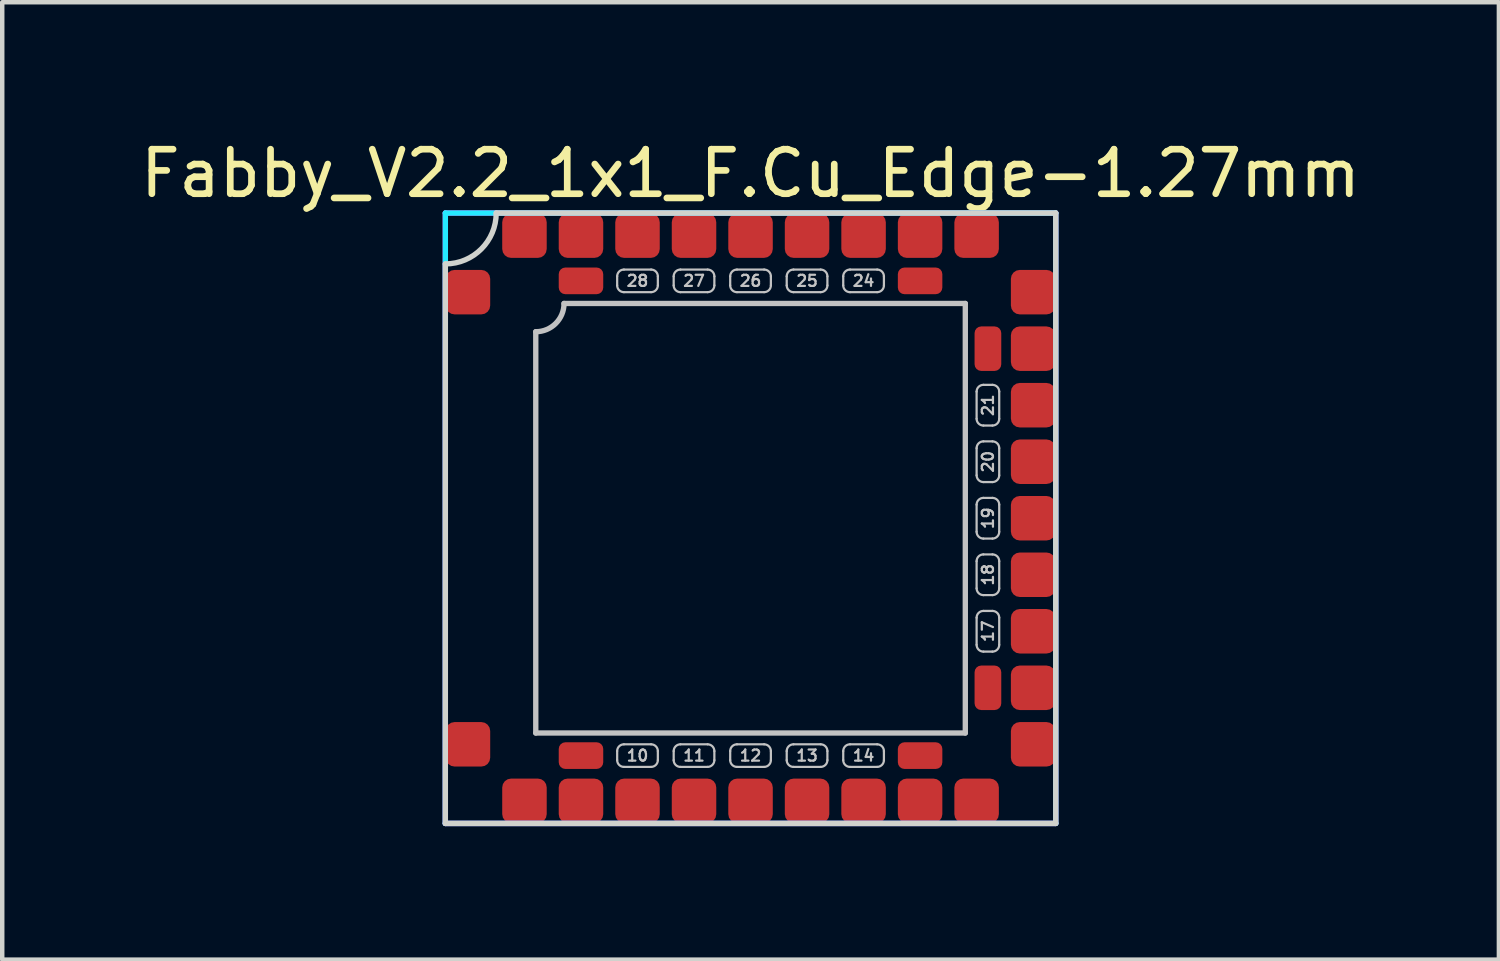
<source format=kicad_pcb>
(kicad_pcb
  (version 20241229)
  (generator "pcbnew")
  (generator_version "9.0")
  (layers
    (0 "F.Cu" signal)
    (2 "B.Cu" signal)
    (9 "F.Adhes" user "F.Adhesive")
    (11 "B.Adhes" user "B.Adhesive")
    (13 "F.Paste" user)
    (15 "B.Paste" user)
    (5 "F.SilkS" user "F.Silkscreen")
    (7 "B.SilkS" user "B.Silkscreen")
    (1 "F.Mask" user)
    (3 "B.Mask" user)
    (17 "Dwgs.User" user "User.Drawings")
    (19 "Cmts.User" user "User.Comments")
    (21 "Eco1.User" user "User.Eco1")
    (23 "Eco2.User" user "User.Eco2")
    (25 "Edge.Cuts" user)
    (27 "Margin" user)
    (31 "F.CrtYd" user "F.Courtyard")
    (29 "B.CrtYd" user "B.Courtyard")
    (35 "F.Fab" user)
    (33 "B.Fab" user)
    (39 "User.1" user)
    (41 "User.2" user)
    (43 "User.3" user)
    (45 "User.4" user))
  (footprint "Fabby_V2.2_1x1_F.Cu_Edge-1.27mm"
    (layer "F.Cu")
    (at 13.815 8.595)
    (property "Reference" "Fabby_V2.2_1x1_F.Cu_Edge-1.27mm" (at 0 -7.747 0) (layer "F.SilkS") (effects (font (size 1 1) (thickness 0.15))))
    (attr through_hole)
    (fp_line (start -4.826 4.826) (end -4.826 -4.191) (stroke (width 0.12) (type solid)) (layer "Dwgs.User"))
    (fp_line (start -4.191 -4.826) (end 4.826 -4.826) (stroke (width 0.12) (type solid)) (layer "Dwgs.User"))
    (fp_line (start -2.997 -5.436) (end -2.997 -5.232) (stroke (width 0.05) (type solid)) (layer "Dwgs.User"))
    (fp_line (start -2.997 5.232) (end -2.997 5.436) (stroke (width 0.05) (type solid)) (layer "Dwgs.User"))
    (fp_line (start -2.845 -5.588) (end -2.235 -5.588) (stroke (width 0.05) (type solid)) (layer "Dwgs.User"))
    (fp_line (start -2.845 -5.08) (end -2.235 -5.08) (stroke (width 0.05) (type solid)) (layer "Dwgs.User"))
    (fp_line (start -2.845 5.08) (end -2.235 5.08) (stroke (width 0.05) (type solid)) (layer "Dwgs.User"))
    (fp_line (start -2.845 5.588) (end -2.235 5.588) (stroke (width 0.05) (type solid)) (layer "Dwgs.User"))
    (fp_line (start -2.083 -5.436) (end -2.083 -5.232) (stroke (width 0.05) (type solid)) (layer "Dwgs.User"))
    (fp_line (start -2.083 5.232) (end -2.083 5.436) (stroke (width 0.05) (type solid)) (layer "Dwgs.User"))
    (fp_line (start -1.727 -5.436) (end -1.727 -5.232) (stroke (width 0.05) (type solid)) (layer "Dwgs.User"))
    (fp_line (start -1.727 5.232) (end -1.727 5.436) (stroke (width 0.05) (type solid)) (layer "Dwgs.User"))
    (fp_line (start -1.575 -5.588) (end -0.965 -5.588) (stroke (width 0.05) (type solid)) (layer "Dwgs.User"))
    (fp_line (start -1.575 -5.08) (end -0.965 -5.08) (stroke (width 0.05) (type solid)) (layer "Dwgs.User"))
    (fp_line (start -1.575 5.08) (end -0.965 5.08) (stroke (width 0.05) (type solid)) (layer "Dwgs.User"))
    (fp_line (start -1.575 5.588) (end -0.965 5.588) (stroke (width 0.05) (type solid)) (layer "Dwgs.User"))
    (fp_line (start -0.813 -5.436) (end -0.813 -5.232) (stroke (width 0.05) (type solid)) (layer "Dwgs.User"))
    (fp_line (start -0.813 5.232) (end -0.813 5.436) (stroke (width 0.05) (type solid)) (layer "Dwgs.User"))
    (fp_line (start -0.457 -5.436) (end -0.457 -5.232) (stroke (width 0.05) (type solid)) (layer "Dwgs.User"))
    (fp_line (start -0.457 5.232) (end -0.457 5.436) (stroke (width 0.05) (type solid)) (layer "Dwgs.User"))
    (fp_line (start -0.305 -5.588) (end 0.305 -5.588) (stroke (width 0.05) (type solid)) (layer "Dwgs.User"))
    (fp_line (start -0.305 -5.08) (end 0.305 -5.08) (stroke (width 0.05) (type solid)) (layer "Dwgs.User"))
    (fp_line (start -0.305 5.08) (end 0.305 5.08) (stroke (width 0.05) (type solid)) (layer "Dwgs.User"))
    (fp_line (start -0.305 5.588) (end 0.305 5.588) (stroke (width 0.05) (type solid)) (layer "Dwgs.User"))
    (fp_line (start 0.457 -5.436) (end 0.457 -5.232) (stroke (width 0.05) (type solid)) (layer "Dwgs.User"))
    (fp_line (start 0.457 5.232) (end 0.457 5.436) (stroke (width 0.05) (type solid)) (layer "Dwgs.User"))
    (fp_line (start 0.813 -5.436) (end 0.813 -5.232) (stroke (width 0.05) (type solid)) (layer "Dwgs.User"))
    (fp_line (start 0.813 5.232) (end 0.813 5.436) (stroke (width 0.05) (type solid)) (layer "Dwgs.User"))
    (fp_line (start 0.965 -5.588) (end 1.575 -5.588) (stroke (width 0.05) (type solid)) (layer "Dwgs.User"))
    (fp_line (start 0.965 -5.08) (end 1.575 -5.08) (stroke (width 0.05) (type solid)) (layer "Dwgs.User"))
    (fp_line (start 0.965 5.08) (end 1.575 5.08) (stroke (width 0.05) (type solid)) (layer "Dwgs.User"))
    (fp_line (start 0.965 5.588) (end 1.575 5.588) (stroke (width 0.05) (type solid)) (layer "Dwgs.User"))
    (fp_line (start 1.727 -5.436) (end 1.727 -5.232) (stroke (width 0.05) (type solid)) (layer "Dwgs.User"))
    (fp_line (start 1.727 5.232) (end 1.727 5.436) (stroke (width 0.05) (type solid)) (layer "Dwgs.User"))
    (fp_line (start 2.083 -5.436) (end 2.083 -5.232) (stroke (width 0.05) (type solid)) (layer "Dwgs.User"))
    (fp_line (start 2.083 5.232) (end 2.083 5.436) (stroke (width 0.05) (type solid)) (layer "Dwgs.User"))
    (fp_line (start 2.235 -5.588) (end 2.845 -5.588) (stroke (width 0.05) (type solid)) (layer "Dwgs.User"))
    (fp_line (start 2.235 -5.08) (end 2.845 -5.08) (stroke (width 0.05) (type solid)) (layer "Dwgs.User"))
    (fp_line (start 2.235 5.08) (end 2.845 5.08) (stroke (width 0.05) (type solid)) (layer "Dwgs.User"))
    (fp_line (start 2.235 5.588) (end 2.845 5.588) (stroke (width 0.05) (type solid)) (layer "Dwgs.User"))
    (fp_line (start 2.997 -5.436) (end 2.997 -5.232) (stroke (width 0.05) (type solid)) (layer "Dwgs.User"))
    (fp_line (start 2.997 5.232) (end 2.997 5.436) (stroke (width 0.05) (type solid)) (layer "Dwgs.User"))
    (fp_line (start 4.826 -4.826) (end 4.826 4.826) (stroke (width 0.12) (type solid)) (layer "Dwgs.User"))
    (fp_line (start 4.826 4.826) (end -4.826 4.826) (stroke (width 0.12) (type solid)) (layer "Dwgs.User"))
    (fp_line (start 5.08 -2.235) (end 5.08 -2.845) (stroke (width 0.05) (type solid)) (layer "Dwgs.User"))
    (fp_line (start 5.08 -0.965) (end 5.08 -1.575) (stroke (width 0.05) (type solid)) (layer "Dwgs.User"))
    (fp_line (start 5.08 0.305) (end 5.08 -0.305) (stroke (width 0.05) (type solid)) (layer "Dwgs.User"))
    (fp_line (start 5.08 1.575) (end 5.08 0.965) (stroke (width 0.05) (type solid)) (layer "Dwgs.User"))
    (fp_line (start 5.08 2.845) (end 5.08 2.235) (stroke (width 0.05) (type solid)) (layer "Dwgs.User"))
    (fp_line (start 5.232 -2.997) (end 5.436 -2.997) (stroke (width 0.05) (type solid)) (layer "Dwgs.User"))
    (fp_line (start 5.232 -2.083) (end 5.436 -2.083) (stroke (width 0.05) (type solid)) (layer "Dwgs.User"))
    (fp_line (start 5.232 -1.727) (end 5.436 -1.727) (stroke (width 0.05) (type solid)) (layer "Dwgs.User"))
    (fp_line (start 5.232 -0.813) (end 5.436 -0.813) (stroke (width 0.05) (type solid)) (layer "Dwgs.User"))
    (fp_line (start 5.232 -0.457) (end 5.436 -0.457) (stroke (width 0.05) (type solid)) (layer "Dwgs.User"))
    (fp_line (start 5.232 0.457) (end 5.436 0.457) (stroke (width 0.05) (type solid)) (layer "Dwgs.User"))
    (fp_line (start 5.232 0.813) (end 5.436 0.813) (stroke (width 0.05) (type solid)) (layer "Dwgs.User"))
    (fp_line (start 5.232 1.727) (end 5.436 1.727) (stroke (width 0.05) (type solid)) (layer "Dwgs.User"))
    (fp_line (start 5.232 2.083) (end 5.436 2.083) (stroke (width 0.05) (type solid)) (layer "Dwgs.User"))
    (fp_line (start 5.232 2.997) (end 5.436 2.997) (stroke (width 0.05) (type solid)) (layer "Dwgs.User"))
    (fp_line (start 5.588 -2.235) (end 5.588 -2.845) (stroke (width 0.05) (type solid)) (layer "Dwgs.User"))
    (fp_line (start 5.588 -0.965) (end 5.588 -1.575) (stroke (width 0.05) (type solid)) (layer "Dwgs.User"))
    (fp_line (start 5.588 0.305) (end 5.588 -0.305) (stroke (width 0.05) (type solid)) (layer "Dwgs.User"))
    (fp_line (start 5.588 1.575) (end 5.588 0.965) (stroke (width 0.05) (type solid)) (layer "Dwgs.User"))
    (fp_line (start 5.588 2.845) (end 5.588 2.235) (stroke (width 0.05) (type solid)) (layer "Dwgs.User"))
    (fp_arc (start -4.191 -4.826) (mid -4.376987 -4.376987) (end -4.826 -4.191) (stroke (width 0.12) (type solid)) (layer "Dwgs.User"))
    (fp_arc (start -2.9972 -5.4356) (mid -2.952563 -5.543363) (end -2.8448 -5.588) (stroke (width 0.05) (type solid)) (layer "Dwgs.User"))
    (fp_arc (start -2.9972 5.2324) (mid -2.952563 5.124637) (end -2.8448 5.08) (stroke (width 0.05) (type solid)) (layer "Dwgs.User"))
    (fp_arc (start -2.8448 -5.08) (mid -2.952563 -5.124637) (end -2.9972 -5.2324) (stroke (width 0.05) (type solid)) (layer "Dwgs.User"))
    (fp_arc (start -2.8448 5.588) (mid -2.952563 5.543363) (end -2.9972 5.4356) (stroke (width 0.05) (type solid)) (layer "Dwgs.User"))
    (fp_arc (start -2.2352 -5.588) (mid -2.127437 -5.543363) (end -2.0828 -5.4356) (stroke (width 0.05) (type solid)) (layer "Dwgs.User"))
    (fp_arc (start -2.2352 5.08) (mid -2.127437 5.124637) (end -2.0828 5.2324) (stroke (width 0.05) (type solid)) (layer "Dwgs.User"))
    (fp_arc (start -2.0828 -5.2324) (mid -2.127437 -5.124637) (end -2.2352 -5.08) (stroke (width 0.05) (type solid)) (layer "Dwgs.User"))
    (fp_arc (start -2.0828 5.4356) (mid -2.127437 5.543363) (end -2.2352 5.588) (stroke (width 0.05) (type solid)) (layer "Dwgs.User"))
    (fp_arc (start -1.7272 -5.4356) (mid -1.682563 -5.543363) (end -1.5748 -5.588) (stroke (width 0.05) (type solid)) (layer "Dwgs.User"))
    (fp_arc (start -1.7272 5.2324) (mid -1.682563 5.124637) (end -1.5748 5.08) (stroke (width 0.05) (type solid)) (layer "Dwgs.User"))
    (fp_arc (start -1.5748 -5.08) (mid -1.682563 -5.124637) (end -1.7272 -5.2324) (stroke (width 0.05) (type solid)) (layer "Dwgs.User"))
    (fp_arc (start -1.5748 5.588) (mid -1.682563 5.543363) (end -1.7272 5.4356) (stroke (width 0.05) (type solid)) (layer "Dwgs.User"))
    (fp_arc (start -0.9652 -5.588) (mid -0.857437 -5.543363) (end -0.8128 -5.4356) (stroke (width 0.05) (type solid)) (layer "Dwgs.User"))
    (fp_arc (start -0.9652 5.08) (mid -0.857437 5.124637) (end -0.8128 5.2324) (stroke (width 0.05) (type solid)) (layer "Dwgs.User"))
    (fp_arc (start -0.8128 -5.2324) (mid -0.857437 -5.124637) (end -0.9652 -5.08) (stroke (width 0.05) (type solid)) (layer "Dwgs.User"))
    (fp_arc (start -0.8128 5.4356) (mid -0.857437 5.543363) (end -0.9652 5.588) (stroke (width 0.05) (type solid)) (layer "Dwgs.User"))
    (fp_arc (start -0.4572 -5.4356) (mid -0.412563 -5.543363) (end -0.3048 -5.588) (stroke (width 0.05) (type solid)) (layer "Dwgs.User"))
    (fp_arc (start -0.4572 5.2324) (mid -0.412563 5.124637) (end -0.3048 5.08) (stroke (width 0.05) (type solid)) (layer "Dwgs.User"))
    (fp_arc (start -0.3048 -5.08) (mid -0.412563 -5.124637) (end -0.4572 -5.2324) (stroke (width 0.05) (type solid)) (layer "Dwgs.User"))
    (fp_arc (start -0.3048 5.588) (mid -0.412563 5.543363) (end -0.4572 5.4356) (stroke (width 0.05) (type solid)) (layer "Dwgs.User"))
    (fp_arc (start 0.3048 -5.588) (mid 0.412563 -5.543363) (end 0.4572 -5.4356) (stroke (width 0.05) (type solid)) (layer "Dwgs.User"))
    (fp_arc (start 0.3048 5.08) (mid 0.412563 5.124637) (end 0.4572 5.2324) (stroke (width 0.05) (type solid)) (layer "Dwgs.User"))
    (fp_arc (start 0.4572 -5.2324) (mid 0.412563 -5.124637) (end 0.3048 -5.08) (stroke (width 0.05) (type solid)) (layer "Dwgs.User"))
    (fp_arc (start 0.4572 5.4356) (mid 0.412563 5.543363) (end 0.3048 5.588) (stroke (width 0.05) (type solid)) (layer "Dwgs.User"))
    (fp_arc (start 0.8128 -5.4356) (mid 0.857437 -5.543363) (end 0.9652 -5.588) (stroke (width 0.05) (type solid)) (layer "Dwgs.User"))
    (fp_arc (start 0.8128 5.2324) (mid 0.857437 5.124637) (end 0.9652 5.08) (stroke (width 0.05) (type solid)) (layer "Dwgs.User"))
    (fp_arc (start 0.9652 -5.08) (mid 0.857437 -5.124637) (end 0.8128 -5.2324) (stroke (width 0.05) (type solid)) (layer "Dwgs.User"))
    (fp_arc (start 0.9652 5.588) (mid 0.857437 5.543363) (end 0.8128 5.4356) (stroke (width 0.05) (type solid)) (layer "Dwgs.User"))
    (fp_arc (start 1.5748 -5.588) (mid 1.682563 -5.543363) (end 1.7272 -5.4356) (stroke (width 0.05) (type solid)) (layer "Dwgs.User"))
    (fp_arc (start 1.5748 5.08) (mid 1.682563 5.124637) (end 1.7272 5.2324) (stroke (width 0.05) (type solid)) (layer "Dwgs.User"))
    (fp_arc (start 1.7272 -5.2324) (mid 1.682563 -5.124637) (end 1.5748 -5.08) (stroke (width 0.05) (type solid)) (layer "Dwgs.User"))
    (fp_arc (start 1.7272 5.4356) (mid 1.682563 5.543363) (end 1.5748 5.588) (stroke (width 0.05) (type solid)) (layer "Dwgs.User"))
    (fp_arc (start 2.0828 -5.4356) (mid 2.127437 -5.543363) (end 2.2352 -5.588) (stroke (width 0.05) (type solid)) (layer "Dwgs.User"))
    (fp_arc (start 2.0828 5.2324) (mid 2.127437 5.124637) (end 2.2352 5.08) (stroke (width 0.05) (type solid)) (layer "Dwgs.User"))
    (fp_arc (start 2.2352 -5.08) (mid 2.127437 -5.124637) (end 2.0828 -5.2324) (stroke (width 0.05) (type solid)) (layer "Dwgs.User"))
    (fp_arc (start 2.2352 5.588) (mid 2.127437 5.543363) (end 2.0828 5.4356) (stroke (width 0.05) (type solid)) (layer "Dwgs.User"))
    (fp_arc (start 2.8448 -5.588) (mid 2.952563 -5.543363) (end 2.9972 -5.4356) (stroke (width 0.05) (type solid)) (layer "Dwgs.User"))
    (fp_arc (start 2.8448 5.08) (mid 2.952563 5.124637) (end 2.9972 5.2324) (stroke (width 0.05) (type solid)) (layer "Dwgs.User"))
    (fp_arc (start 2.9972 -5.2324) (mid 2.952563 -5.124637) (end 2.8448 -5.08) (stroke (width 0.05) (type solid)) (layer "Dwgs.User"))
    (fp_arc (start 2.9972 5.4356) (mid 2.952563 5.543363) (end 2.8448 5.588) (stroke (width 0.05) (type solid)) (layer "Dwgs.User"))
    (fp_arc (start 5.08 -2.8448) (mid 5.124637 -2.952563) (end 5.2324 -2.9972) (stroke (width 0.05) (type solid)) (layer "Dwgs.User"))
    (fp_arc (start 5.08 -1.5748) (mid 5.124637 -1.682563) (end 5.2324 -1.7272) (stroke (width 0.05) (type solid)) (layer "Dwgs.User"))
    (fp_arc (start 5.08 -0.3048) (mid 5.124637 -0.412563) (end 5.2324 -0.4572) (stroke (width 0.05) (type solid)) (layer "Dwgs.User"))
    (fp_arc (start 5.08 0.9652) (mid 5.124637 0.857437) (end 5.2324 0.8128) (stroke (width 0.05) (type solid)) (layer "Dwgs.User"))
    (fp_arc (start 5.08 2.2352) (mid 5.124637 2.127437) (end 5.2324 2.0828) (stroke (width 0.05) (type solid)) (layer "Dwgs.User"))
    (fp_arc (start 5.2324 -2.0828) (mid 5.124637 -2.127437) (end 5.08 -2.2352) (stroke (width 0.05) (type solid)) (layer "Dwgs.User"))
    (fp_arc (start 5.2324 -0.8128) (mid 5.124637 -0.857437) (end 5.08 -0.9652) (stroke (width 0.05) (type solid)) (layer "Dwgs.User"))
    (fp_arc (start 5.2324 0.4572) (mid 5.124637 0.412563) (end 5.08 0.3048) (stroke (width 0.05) (type solid)) (layer "Dwgs.User"))
    (fp_arc (start 5.2324 1.7272) (mid 5.124637 1.682563) (end 5.08 1.5748) (stroke (width 0.05) (type solid)) (layer "Dwgs.User"))
    (fp_arc (start 5.2324 2.9972) (mid 5.124637 2.952563) (end 5.08 2.8448) (stroke (width 0.05) (type solid)) (layer "Dwgs.User"))
    (fp_arc (start 5.4356 -2.9972) (mid 5.543363 -2.952563) (end 5.588 -2.8448) (stroke (width 0.05) (type solid)) (layer "Dwgs.User"))
    (fp_arc (start 5.4356 -1.7272) (mid 5.543363 -1.682563) (end 5.588 -1.5748) (stroke (width 0.05) (type solid)) (layer "Dwgs.User"))
    (fp_arc (start 5.4356 -0.4572) (mid 5.543363 -0.412563) (end 5.588 -0.3048) (stroke (width 0.05) (type solid)) (layer "Dwgs.User"))
    (fp_arc (start 5.4356 0.8128) (mid 5.543363 0.857437) (end 5.588 0.9652) (stroke (width 0.05) (type solid)) (layer "Dwgs.User"))
    (fp_arc (start 5.4356 2.0828) (mid 5.543363 2.127437) (end 5.588 2.2352) (stroke (width 0.05) (type solid)) (layer "Dwgs.User"))
    (fp_arc (start 5.588 -2.2352) (mid 5.543363 -2.127437) (end 5.4356 -2.0828) (stroke (width 0.05) (type solid)) (layer "Dwgs.User"))
    (fp_arc (start 5.588 -0.9652) (mid 5.543363 -0.857437) (end 5.4356 -0.8128) (stroke (width 0.05) (type solid)) (layer "Dwgs.User"))
    (fp_arc (start 5.588 0.3048) (mid 5.543363 0.412563) (end 5.4356 0.4572) (stroke (width 0.05) (type solid)) (layer "Dwgs.User"))
    (fp_arc (start 5.588 1.5748) (mid 5.543363 1.682563) (end 5.4356 1.7272) (stroke (width 0.05) (type solid)) (layer "Dwgs.User"))
    (fp_arc (start 5.588 2.8448) (mid 5.543363 2.952563) (end 5.4356 2.9972) (stroke (width 0.05) (type solid)) (layer "Dwgs.User"))
    (fp_line (start -6.858 -5.715) (end -6.858 6.858) (stroke (width 0.12) (type solid)) (layer "Edge.Cuts"))
    (fp_line (start -6.858 6.858) (end 6.858 6.858) (stroke (width 0.12) (type solid)) (layer "Edge.Cuts"))
    (fp_line (start -5.715 -6.858) (end 6.858 -6.858) (stroke (width 0.12) (type solid)) (layer "Edge.Cuts"))
    (fp_line (start 6.858 -6.858) (end 6.858 6.858) (stroke (width 0.12) (type solid)) (layer "Edge.Cuts"))
    (fp_arc (start -5.715 -6.858) (mid -6.049777 -6.049777) (end -6.858 -5.715) (stroke (width 0.12) (type solid)) (layer "Edge.Cuts"))
    (fp_line (start -6.858 -6.858) (end 6.858 -6.858) (stroke (width 0.12) (type solid)) (layer "B.CrtYd"))
    (fp_line (start -6.858 6.858) (end -6.858 -6.858) (stroke (width 0.12) (type solid)) (layer "B.CrtYd"))
    (fp_line (start 6.858 -6.858) (end 6.858 6.858) (stroke (width 0.12) (type solid)) (layer "B.CrtYd"))
    (fp_line (start 6.858 6.858) (end -6.858 6.858) (stroke (width 0.12) (type solid)) (layer "B.CrtYd"))
    (fp_line (start -6.858 -6.858) (end 6.858 -6.858) (stroke (width 0.12) (type solid)) (layer "F.CrtYd"))
    (fp_line (start -6.858 6.858) (end -6.858 -6.858) (stroke (width 0.12) (type solid)) (layer "F.CrtYd"))
    (fp_line (start 6.858 -6.858) (end 6.858 6.858) (stroke (width 0.12) (type solid)) (layer "F.CrtYd"))
    (fp_line (start 6.858 6.858) (end -6.858 6.858) (stroke (width 0.12) (type solid)) (layer "F.CrtYd"))
    (fp_text user "26" (at 0 -5.334 0) (layer "Dwgs.User") (effects (font (size 0.25 0.25) (thickness 0.05))))
    (fp_text user "13" (at 1.27 5.334 0) (layer "Dwgs.User") (effects (font (size 0.25 0.25) (thickness 0.05))))
    (fp_text user "19" (at 5.334 0 90) (layer "Dwgs.User") (effects (font (size 0.25 0.25) (thickness 0.05))))
    (fp_text user "20" (at 5.334 -1.27 90) (layer "Dwgs.User") (effects (font (size 0.25 0.25) (thickness 0.05))))
    (fp_text user "10" (at -2.54 5.334 0) (layer "Dwgs.User") (effects (font (size 0.25 0.25) (thickness 0.05))))
    (fp_text user "21" (at 5.334 -2.54 90) (layer "Dwgs.User") (effects (font (size 0.25 0.25) (thickness 0.05))))
    (fp_text user "14" (at 2.54 5.334 0) (layer "Dwgs.User") (effects (font (size 0.25 0.25) (thickness 0.05))))
    (fp_text user "17" (at 5.334 2.54 90) (layer "Dwgs.User") (effects (font (size 0.25 0.25) (thickness 0.05))))
    (fp_text user "28" (at -2.54 -5.334 0) (layer "Dwgs.User") (effects (font (size 0.25 0.25) (thickness 0.05))))
    (fp_text user "11" (at -1.27 5.334 0) (layer "Dwgs.User") (effects (font (size 0.25 0.25) (thickness 0.05))))
    (fp_text user "25" (at 1.27 -5.334 0) (layer "Dwgs.User") (effects (font (size 0.25 0.25) (thickness 0.05))))
    (fp_text user "18" (at 5.334 1.27 90) (layer "Dwgs.User") (effects (font (size 0.25 0.25) (thickness 0.05))))
    (fp_text user "24" (at 2.54 -5.334 0) (layer "Dwgs.User") (effects (font (size 0.25 0.25) (thickness 0.05))))
    (fp_text user "12" (at 0 5.334 0) (layer "Dwgs.User") (effects (font (size 0.25 0.25) (thickness 0.05))))
    (fp_text user "27" (at -1.27 -5.334 0) (layer "Dwgs.User") (effects (font (size 0.25 0.25) (thickness 0.05))))
    (pad "" smd roundrect (at -3.81 -6.35 270) (size 1 1) (layers "F.Cu" "F.Mask" "F.Paste") (roundrect_rratio 0.2))
    (pad "" smd roundrect (at -3.81 6.35 270) (size 1 1) (layers "F.Cu" "F.Mask" "F.Paste") (roundrect_rratio 0.2))
    (pad "" smd roundrect (at 3.81 -6.35 270) (size 1 1) (layers "F.Cu" "F.Mask" "F.Paste") (roundrect_rratio 0.2))
    (pad "" smd roundrect (at 3.81 6.35 270) (size 1 1) (layers "F.Cu" "F.Mask" "F.Paste") (roundrect_rratio 0.2))
    (pad "" smd roundrect (at 6.35 -3.81 270) (size 1 1) (layers "F.Cu" "F.Mask" "F.Paste") (roundrect_rratio 0.2))
    (pad "" smd roundrect (at 6.35 3.81 270) (size 1 1) (layers "F.Cu" "F.Mask" "F.Paste") (roundrect_rratio 0.2))
    (pad "1" smd roundrect (at -6.35 -5.08 270) (size 1 1) (layers "F.Cu" "F.Mask" "F.Paste") (roundrect_rratio 0.2))
    (pad "1" smd roundrect (at -6.35 5.08 270) (size 1 1) (layers "F.Cu" "F.Mask" "F.Paste") (roundrect_rratio 0.2))
    (pad "1" smd roundrect (at -5.08 -6.35 270) (size 1 1) (layers "F.Cu" "F.Mask" "F.Paste") (roundrect_rratio 0.2))
    (pad "1" smd roundrect (at -5.08 6.35 270) (size 1 1) (layers "F.Cu" "F.Mask" "F.Paste") (roundrect_rratio 0.2))
    (pad "1" smd roundrect (at 5.08 -6.35 270) (size 1 1) (layers "F.Cu" "F.Mask" "F.Paste") (roundrect_rratio 0.2))
    (pad "1" smd roundrect (at 5.08 6.35 270) (size 1 1) (layers "F.Cu" "F.Mask" "F.Paste") (roundrect_rratio 0.2))
    (pad "1" smd roundrect (at 6.35 -5.08 270) (size 1 1) (layers "F.Cu" "F.Mask" "F.Paste") (roundrect_rratio 0.2))
    (pad "1" smd roundrect (at 6.35 5.08 270) (size 1 1) (layers "F.Cu" "F.Mask" "F.Paste") (roundrect_rratio 0.2))
    (pad "9" smd roundrect (at -3.81 5.334) (size 1 0.6) (layers "F.Cu" "F.Mask" "F.Paste") (roundrect_rratio 0.25))
    (pad "10" smd roundrect (at -2.54 6.35 270) (size 1 1) (layers "F.Cu" "F.Mask" "F.Paste") (roundrect_rratio 0.2))
    (pad "11" smd roundrect (at -1.27 6.35 270) (size 1 1) (layers "F.Cu" "F.Mask" "F.Paste") (roundrect_rratio 0.2))
    (pad "12" smd roundrect (at 0 6.35 270) (size 1 1) (layers "F.Cu" "F.Mask" "F.Paste") (roundrect_rratio 0.2))
    (pad "13" smd roundrect (at 1.27 6.35 270) (size 1 1) (layers "F.Cu" "F.Mask" "F.Paste") (roundrect_rratio 0.2))
    (pad "14" smd roundrect (at 2.54 6.35 270) (size 1 1) (layers "F.Cu" "F.Mask" "F.Paste") (roundrect_rratio 0.2))
    (pad "15" smd roundrect (at 3.81 5.334) (size 1 0.6) (layers "F.Cu" "F.Mask" "F.Paste") (roundrect_rratio 0.25))
    (pad "16" smd roundrect (at 5.334 3.81 270) (size 1 0.6) (layers "F.Cu" "F.Mask" "F.Paste") (roundrect_rratio 0.25))
    (pad "17" smd roundrect (at 6.35 2.54 270) (size 1 1) (layers "F.Cu" "F.Mask" "F.Paste") (roundrect_rratio 0.2))
    (pad "18" smd roundrect (at 6.35 1.27 270) (size 1 1) (layers "F.Cu" "F.Mask" "F.Paste") (roundrect_rratio 0.2))
    (pad "19" smd roundrect (at 6.35 0 270) (size 1 1) (layers "F.Cu" "F.Mask" "F.Paste") (roundrect_rratio 0.2))
    (pad "20" smd roundrect (at 6.35 -1.27 270) (size 1 1) (layers "F.Cu" "F.Mask" "F.Paste") (roundrect_rratio 0.2))
    (pad "21" smd roundrect (at 6.35 -2.54 270) (size 1 1) (layers "F.Cu" "F.Mask" "F.Paste") (roundrect_rratio 0.2))
    (pad "22" smd roundrect (at 5.334 -3.81 270) (size 1 0.6) (layers "F.Cu" "F.Mask" "F.Paste") (roundrect_rratio 0.25))
    (pad "23" smd roundrect (at 3.81 -5.334 180) (size 1 0.6) (layers "F.Cu" "F.Mask" "F.Paste") (roundrect_rratio 0.25))
    (pad "24" smd roundrect (at 2.54 -6.35 270) (size 1 1) (layers "F.Cu" "F.Mask" "F.Paste") (roundrect_rratio 0.2))
    (pad "25" smd roundrect (at 1.27 -6.35 270) (size 1 1) (layers "F.Cu" "F.Mask" "F.Paste") (roundrect_rratio 0.2))
    (pad "26" smd roundrect (at 0 -6.35 270) (size 1 1) (layers "F.Cu" "F.Mask" "F.Paste") (roundrect_rratio 0.2))
    (pad "27" smd roundrect (at -1.27 -6.35 270) (size 1 1) (layers "F.Cu" "F.Mask" "F.Paste") (roundrect_rratio 0.2))
    (pad "28" smd roundrect (at -2.54 -6.35 270) (size 1 1) (layers "F.Cu" "F.Mask" "F.Paste") (roundrect_rratio 0.2))
    (pad "29" smd roundrect (at -3.81 -5.334 180) (size 1 0.6) (layers "F.Cu" "F.Mask" "F.Paste") (roundrect_rratio 0.25)))
  (gr_rect
    (start -3 -3)
    (end 30.631 18.513)
    (stroke (width 0.1) (type default))
    (fill no)
    (layer "Edge.Cuts")))
</source>
